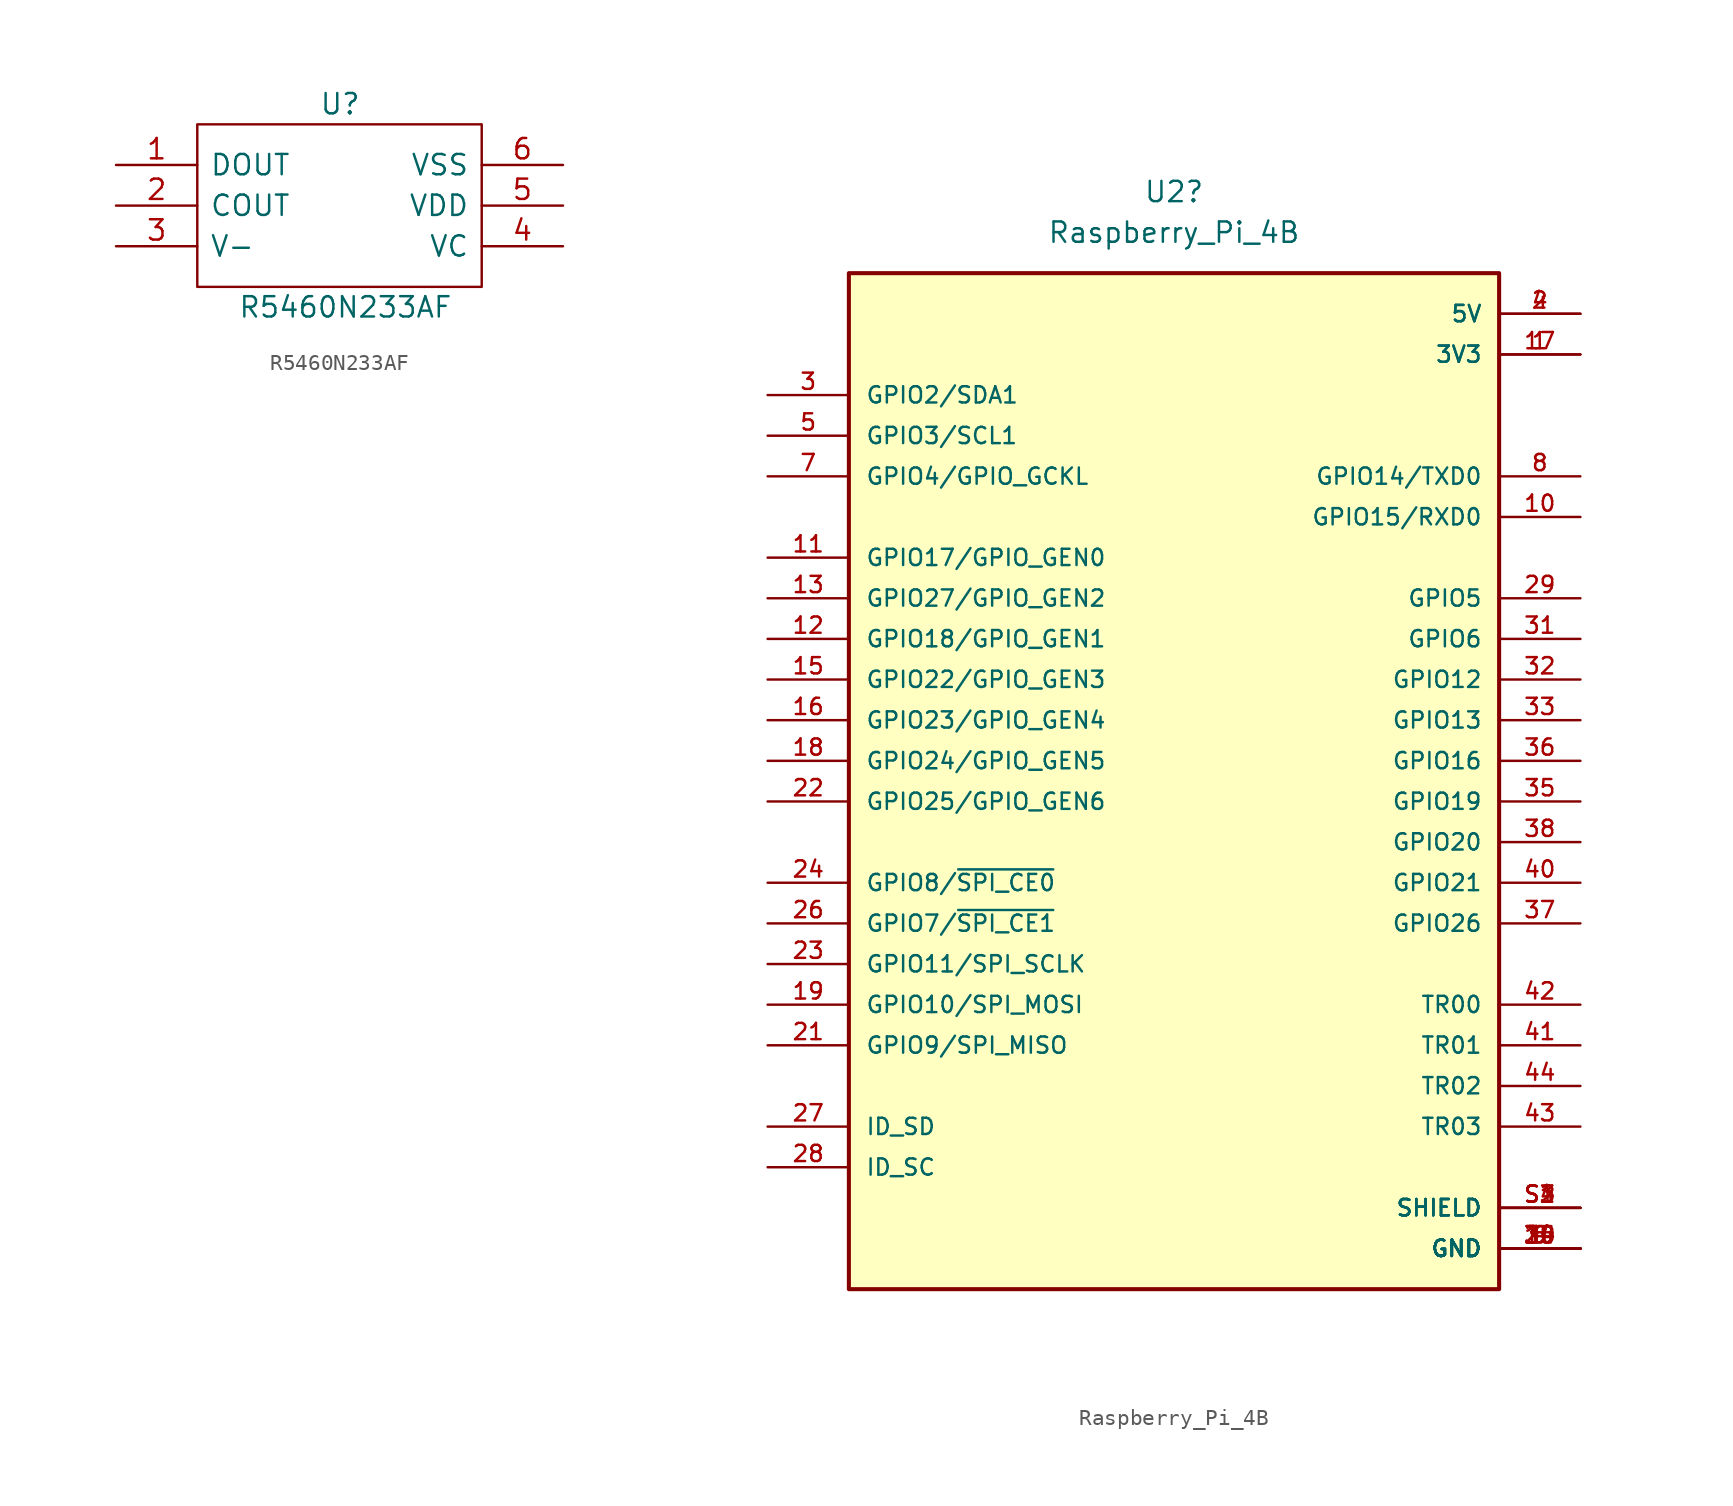
<source format=kicad_sym>
(kicad_symbol_lib
  (version 20241209)
  (generator "kicad_symbol_editor")
  (generator_version "9.0")
  (symbol "R5460N233AF"
    (pin_names
      (offset 0.762))
    (property "Reference" "U"
      (at 12.7 3.81 0)
      (effects (font (size 1.27 1.27)) (justify left)))
    (property "Value" "R5460N233AF"
      (at 7.62 -8.89 0)
      (effects (font (size 1.27 1.27)) (justify left)))
    (symbol "R5460N233AF_0_0"
      (pin output line (at 0 0 0) (length 5.08) (name "DOUT" (effects (font (size 1.27 1.27)))) (number "1" (effects (font (size 1.27 1.27)))))
      (pin output line (at 0 -2.54 0) (length 5.08) (name "COUT" (effects (font (size 1.27 1.27)))) (number "2" (effects (font (size 1.27 1.27)))))
      (pin input line (at 0 -5.08 0) (length 5.08) (name "V-" (effects (font (size 1.27 1.27)))) (number "3" (effects (font (size 1.27 1.27)))))
      (pin power_in line (at 27.94 0 180) (length 5.08) (name "VSS" (effects (font (size 1.27 1.27)))) (number "6" (effects (font (size 1.27 1.27)))))
      (pin power_in line (at 27.94 -2.54 180) (length 5.08) (name "VDD" (effects (font (size 1.27 1.27)))) (number "5" (effects (font (size 1.27 1.27)))))
      (pin input line (at 27.94 -5.08 180) (length 5.08) (name "VC" (effects (font (size 1.27 1.27)))) (number "4" (effects (font (size 1.27 1.27))))))
    (symbol "R5460N233AF_0_1"
      (polyline (pts (xy 5.08 2.54) (xy 22.86 2.54) (xy 22.86 -7.62) (xy 5.08 -7.62) (xy 5.08 2.54)) (stroke (width 0.152) (type default)) (fill (type none)))))
  (symbol "Raspberry_Pi_4B"
    (pin_names
      (offset 1.016))
    (property "Reference" "U2"
      (at 0 38.1 0)
      (effects (font (size 1.27 1.27))))
    (property "Value" "Raspberry_Pi_4B"
      (at 0 35.56 0)
      (effects (font (size 1.27 1.27))))
    (symbol "Raspberry_Pi_4B_0_0"
      (rectangle (start -20.32 -30.48) (end 20.32 33.02) (stroke (width 0.254) (type default)) (fill (type background)))
      (pin bidirectional line (at -25.4 25.4 0) (length 5.08) (name "GPIO2/SDA1" (effects (font (size 1.016 1.016)))) (number "3" (effects (font (size 1.016 1.016)))))
      (pin bidirectional line (at -25.4 22.86 0) (length 5.08) (name "GPIO3/SCL1" (effects (font (size 1.016 1.016)))) (number "5" (effects (font (size 1.016 1.016)))))
      (pin bidirectional line (at -25.4 20.32 0) (length 5.08) (name "GPIO4/GPIO_GCKL" (effects (font (size 1.016 1.016)))) (number "7" (effects (font (size 1.016 1.016)))))
      (pin bidirectional line (at -25.4 15.24 0) (length 5.08) (name "GPIO17/GPIO_GEN0" (effects (font (size 1.016 1.016)))) (number "11" (effects (font (size 1.016 1.016)))))
      (pin bidirectional line (at -25.4 12.7 0) (length 5.08) (name "GPIO27/GPIO_GEN2" (effects (font (size 1.016 1.016)))) (number "13" (effects (font (size 1.016 1.016)))))
      (pin bidirectional line (at -25.4 10.16 0) (length 5.08) (name "GPIO18/GPIO_GEN1" (effects (font (size 1.016 1.016)))) (number "12" (effects (font (size 1.016 1.016)))))
      (pin bidirectional line (at -25.4 7.62 0) (length 5.08) (name "GPIO22/GPIO_GEN3" (effects (font (size 1.016 1.016)))) (number "15" (effects (font (size 1.016 1.016)))))
      (pin bidirectional line (at -25.4 5.08 0) (length 5.08) (name "GPIO23/GPIO_GEN4" (effects (font (size 1.016 1.016)))) (number "16" (effects (font (size 1.016 1.016)))))
      (pin bidirectional line (at -25.4 2.54 0) (length 5.08) (name "GPIO24/GPIO_GEN5" (effects (font (size 1.016 1.016)))) (number "18" (effects (font (size 1.016 1.016)))))
      (pin bidirectional line (at -25.4 0 0) (length 5.08) (name "GPIO25/GPIO_GEN6" (effects (font (size 1.016 1.016)))) (number "22" (effects (font (size 1.016 1.016)))))
      (pin bidirectional line (at -25.4 -5.08 0) (length 5.08) (name "GPIO8/~{SPI_CE0}" (effects (font (size 1.016 1.016)))) (number "24" (effects (font (size 1.016 1.016)))))
      (pin bidirectional line (at -25.4 -7.62 0) (length 5.08) (name "GPIO7/~{SPI_CE1}" (effects (font (size 1.016 1.016)))) (number "26" (effects (font (size 1.016 1.016)))))
      (pin bidirectional line (at -25.4 -10.16 0) (length 5.08) (name "GPIO11/SPI_SCLK" (effects (font (size 1.016 1.016)))) (number "23" (effects (font (size 1.016 1.016)))))
      (pin bidirectional line (at -25.4 -12.7 0) (length 5.08) (name "GPIO10/SPI_MOSI" (effects (font (size 1.016 1.016)))) (number "19" (effects (font (size 1.016 1.016)))))
      (pin bidirectional line (at -25.4 -15.24 0) (length 5.08) (name "GPIO9/SPI_MISO" (effects (font (size 1.016 1.016)))) (number "21" (effects (font (size 1.016 1.016)))))
      (pin bidirectional line (at -25.4 -20.32 0) (length 5.08) (name "ID_SD" (effects (font (size 1.016 1.016)))) (number "27" (effects (font (size 1.016 1.016)))))
      (pin bidirectional line (at -25.4 -22.86 0) (length 5.08) (name "ID_SC" (effects (font (size 1.016 1.016)))) (number "28" (effects (font (size 1.016 1.016)))))
      (pin power_in line (at 25.4 30.48 180) (length 5.08) (name "5V" (effects (font (size 1.016 1.016)))) (number "2" (effects (font (size 1.016 1.016)))))
      (pin power_in line (at 25.4 30.48 180) (length 5.08) (name "5V" (effects (font (size 1.016 1.016)))) (number "4" (effects (font (size 1.016 1.016)))))
      (pin power_in line (at 25.4 27.94 180) (length 5.08) (name "3V3" (effects (font (size 1.016 1.016)))) (number "1" (effects (font (size 1.016 1.016)))))
      (pin power_in line (at 25.4 27.94 180) (length 5.08) (name "3V3" (effects (font (size 1.016 1.016)))) (number "17" (effects (font (size 1.016 1.016)))))
      (pin bidirectional line (at 25.4 20.32 180) (length 5.08) (name "GPIO14/TXD0" (effects (font (size 1.016 1.016)))) (number "8" (effects (font (size 1.016 1.016)))))
      (pin bidirectional line (at 25.4 17.78 180) (length 5.08) (name "GPIO15/RXD0" (effects (font (size 1.016 1.016)))) (number "10" (effects (font (size 1.016 1.016)))))
      (pin bidirectional line (at 25.4 12.7 180) (length 5.08) (name "GPIO5" (effects (font (size 1.016 1.016)))) (number "29" (effects (font (size 1.016 1.016)))))
      (pin bidirectional line (at 25.4 10.16 180) (length 5.08) (name "GPIO6" (effects (font (size 1.016 1.016)))) (number "31" (effects (font (size 1.016 1.016)))))
      (pin bidirectional line (at 25.4 7.62 180) (length 5.08) (name "GPIO12" (effects (font (size 1.016 1.016)))) (number "32" (effects (font (size 1.016 1.016)))))
      (pin bidirectional line (at 25.4 5.08 180) (length 5.08) (name "GPIO13" (effects (font (size 1.016 1.016)))) (number "33" (effects (font (size 1.016 1.016)))))
      (pin bidirectional line (at 25.4 2.54 180) (length 5.08) (name "GPIO16" (effects (font (size 1.016 1.016)))) (number "36" (effects (font (size 1.016 1.016)))))
      (pin bidirectional line (at 25.4 0 180) (length 5.08) (name "GPIO19" (effects (font (size 1.016 1.016)))) (number "35" (effects (font (size 1.016 1.016)))))
      (pin bidirectional line (at 25.4 -2.54 180) (length 5.08) (name "GPIO20" (effects (font (size 1.016 1.016)))) (number "38" (effects (font (size 1.016 1.016)))))
      (pin bidirectional line (at 25.4 -5.08 180) (length 5.08) (name "GPIO21" (effects (font (size 1.016 1.016)))) (number "40" (effects (font (size 1.016 1.016)))))
      (pin bidirectional line (at 25.4 -7.62 180) (length 5.08) (name "GPIO26" (effects (font (size 1.016 1.016)))) (number "37" (effects (font (size 1.016 1.016)))))
      (pin bidirectional line (at 25.4 -12.7 180) (length 5.08) (name "TR00" (effects (font (size 1.016 1.016)))) (number "42" (effects (font (size 1.016 1.016)))))
      (pin bidirectional line (at 25.4 -15.24 180) (length 5.08) (name "TR01" (effects (font (size 1.016 1.016)))) (number "41" (effects (font (size 1.016 1.016)))))
      (pin bidirectional line (at 25.4 -17.78 180) (length 5.08) (name "TR02" (effects (font (size 1.016 1.016)))) (number "44" (effects (font (size 1.016 1.016)))))
      (pin bidirectional line (at 25.4 -20.32 180) (length 5.08) (name "TR03" (effects (font (size 1.016 1.016)))) (number "43" (effects (font (size 1.016 1.016)))))
      (pin power_in line (at 25.4 -25.4 180) (length 5.08) (name "SHIELD" (effects (font (size 1.016 1.016)))) (number "S1" (effects (font (size 1.016 1.016)))))
      (pin power_in line (at 25.4 -25.4 180) (length 5.08) (name "SHIELD" (effects (font (size 1.016 1.016)))) (number "S2" (effects (font (size 1.016 1.016)))))
      (pin power_in line (at 25.4 -25.4 180) (length 5.08) (name "SHIELD" (effects (font (size 1.016 1.016)))) (number "S3" (effects (font (size 1.016 1.016)))))
      (pin power_in line (at 25.4 -25.4 180) (length 5.08) (name "SHIELD" (effects (font (size 1.016 1.016)))) (number "S4" (effects (font (size 1.016 1.016)))))
      (pin power_in line (at 25.4 -27.94 180) (length 5.08) (name "GND" (effects (font (size 1.016 1.016)))) (number "14" (effects (font (size 1.016 1.016)))))
      (pin power_in line (at 25.4 -27.94 180) (length 5.08) (name "GND" (effects (font (size 1.016 1.016)))) (number "20" (effects (font (size 1.016 1.016)))))
      (pin power_in line (at 25.4 -27.94 180) (length 5.08) (name "GND" (effects (font (size 1.016 1.016)))) (number "25" (effects (font (size 1.016 1.016)))))
      (pin power_in line (at 25.4 -27.94 180) (length 5.08) (name "GND" (effects (font (size 1.016 1.016)))) (number "30" (effects (font (size 1.016 1.016)))))
      (pin power_in line (at 25.4 -27.94 180) (length 5.08) (name "GND" (effects (font (size 1.016 1.016)))) (number "34" (effects (font (size 1.016 1.016)))))
      (pin power_in line (at 25.4 -27.94 180) (length 5.08) (name "GND" (effects (font (size 1.016 1.016)))) (number "39" (effects (font (size 1.016 1.016)))))
      (pin power_in line (at 25.4 -27.94 180) (length 5.08) (name "GND" (effects (font (size 1.016 1.016)))) (number "6" (effects (font (size 1.016 1.016)))))
      (pin power_in line (at 25.4 -27.94 180) (length 5.08) (name "GND" (effects (font (size 1.016 1.016)))) (number "9" (effects (font (size 1.016 1.016))))))))
</source>
